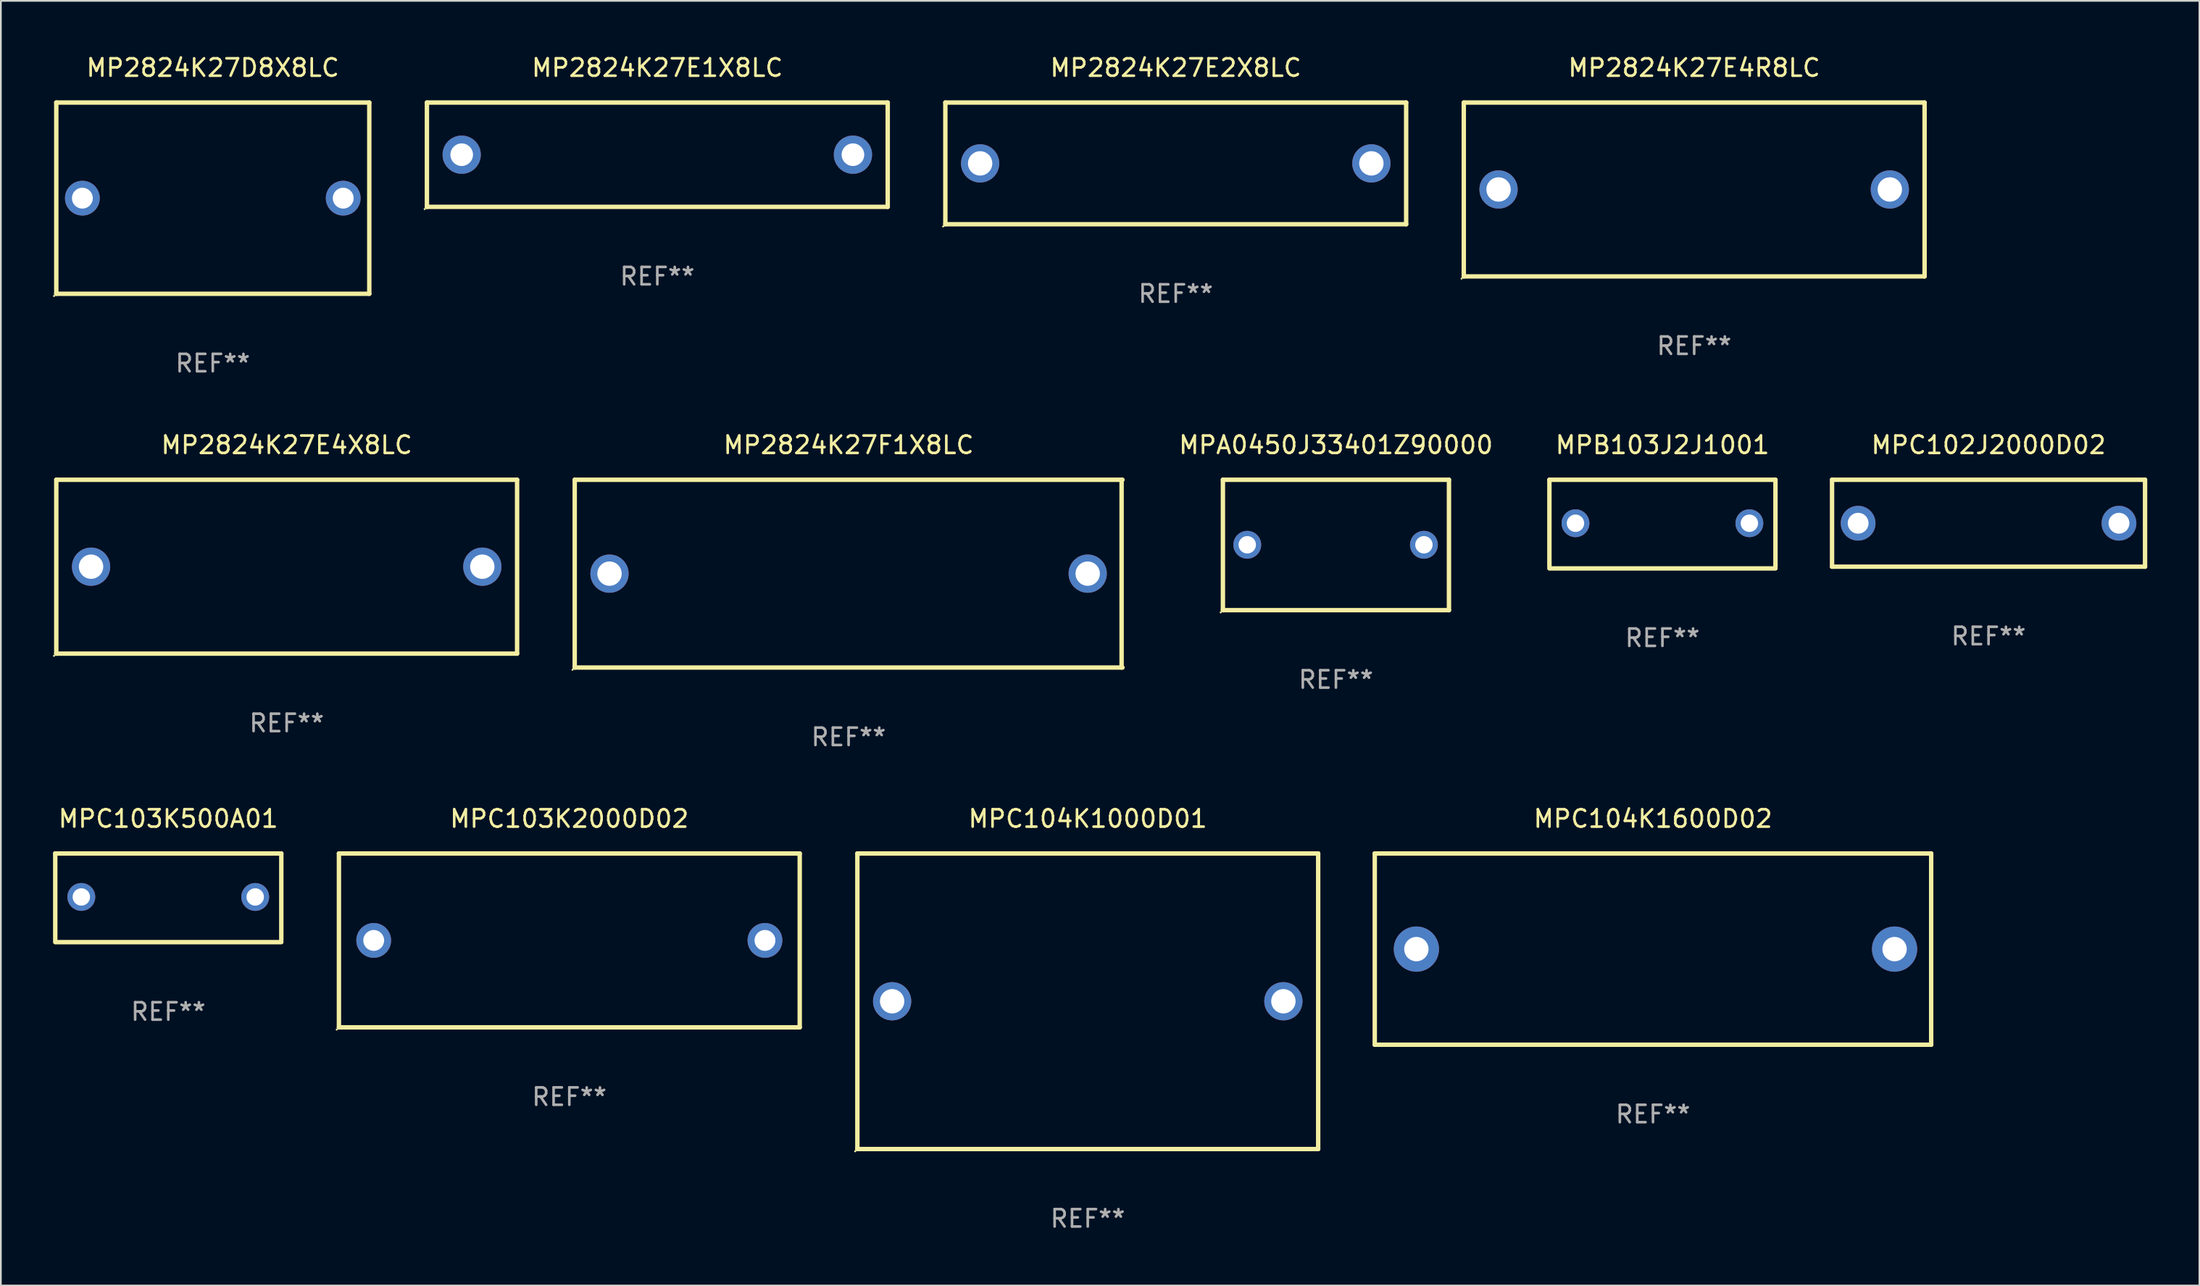
<source format=kicad_pcb>
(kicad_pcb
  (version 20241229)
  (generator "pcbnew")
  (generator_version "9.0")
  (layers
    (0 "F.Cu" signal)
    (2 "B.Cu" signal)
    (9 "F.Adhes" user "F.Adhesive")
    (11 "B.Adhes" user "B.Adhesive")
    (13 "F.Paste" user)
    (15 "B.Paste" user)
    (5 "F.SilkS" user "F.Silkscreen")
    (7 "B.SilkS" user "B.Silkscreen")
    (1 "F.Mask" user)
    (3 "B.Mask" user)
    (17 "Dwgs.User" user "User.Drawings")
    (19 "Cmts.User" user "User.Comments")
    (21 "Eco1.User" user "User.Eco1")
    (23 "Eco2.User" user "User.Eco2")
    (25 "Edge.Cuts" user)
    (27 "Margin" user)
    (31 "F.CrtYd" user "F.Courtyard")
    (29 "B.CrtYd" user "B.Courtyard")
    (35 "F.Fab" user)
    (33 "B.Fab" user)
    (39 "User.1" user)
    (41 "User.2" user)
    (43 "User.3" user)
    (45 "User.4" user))
  (footprint "MP2824K27E4X8LC"
    (layer "F.Cu")
    (at 13.437 29.545)
    (property "Reference" "MP2824K27E4X8LC" (at 0 -7 0) (layer "F.SilkS") (effects (font (size 1 1) (thickness 0.15))))
    (attr through_hole)
    (fp_line (start -13.25 -5) (end 13.25 -5) (stroke (width 0.254) (type solid)) (layer "F.SilkS"))
    (fp_line (start -13.25 5) (end -13.25 -5) (stroke (width 0.254) (type solid)) (layer "F.SilkS"))
    (fp_line (start 13.25 -5) (end 13.25 5) (stroke (width 0.254) (type solid)) (layer "F.SilkS"))
    (fp_line (start 13.25 5) (end -13.25 5) (stroke (width 0.254) (type solid)) (layer "F.SilkS"))
    (fp_circle (center -13.377 5.127) (end -13.347 5.127) (stroke (width 0.06) (type solid)) (fill no) (layer "F.SilkS"))
    (fp_text user "REF**" (at 0 9 0) (layer "F.Fab") (effects (font (size 1 1) (thickness 0.15))))
    (pad "1" thru_hole circle (at -11.25 0) (size 2.2 2.2) (drill 1.4) (layers "*.Cu" "*.Mask"))
    (pad "2" thru_hole circle (at 11.25 0) (size 2.2 2.2) (drill 1.4) (layers "*.Cu" "*.Mask")))
  (footprint "MPC104K1000D01"
    (layer "F.Cu")
    (at 59.505 54.541)
    (property "Reference" "MPC104K1000D01" (at 0 -10.5 0) (layer "F.SilkS") (effects (font (size 1 1) (thickness 0.15))))
    (attr through_hole)
    (fp_line (start -13.25 -8.5) (end -13.25 8.5) (stroke (width 0.254) (type solid)) (layer "F.SilkS"))
    (fp_line (start -13.25 -8.5) (end 13.25 -8.5) (stroke (width 0.254) (type solid)) (layer "F.SilkS"))
    (fp_line (start 13.25 -8.5) (end 13.25 8.5) (stroke (width 0.254) (type solid)) (layer "F.SilkS"))
    (fp_line (start 13.25 8.5) (end -13.25 8.5) (stroke (width 0.254) (type solid)) (layer "F.SilkS"))
    (fp_circle (center -13.377 8.627) (end -13.347 8.627) (stroke (width 0.06) (type solid)) (fill no) (layer "F.SilkS"))
    (fp_text user "REF**" (at 0 12.5 0) (layer "F.Fab") (effects (font (size 1 1) (thickness 0.15))))
    (pad "1" thru_hole circle (at -11.25 0) (size 2.2 2.2) (drill 1.4) (layers "*.Cu" "*.Mask"))
    (pad "2" thru_hole circle (at 11.25 0) (size 2.2 2.2) (drill 1.4) (layers "*.Cu" "*.Mask")))
  (footprint "MP2824K27D8X8LC"
    (layer "F.Cu")
    (at 9.187 8.348)
    (property "Reference" "MP2824K27D8X8LC" (at 0 -7.5 0) (layer "F.SilkS") (effects (font (size 1 1) (thickness 0.15))))
    (attr through_hole)
    (fp_line (start -9 -5.5) (end 9 -5.5) (stroke (width 0.254) (type solid)) (layer "F.SilkS"))
    (fp_line (start -9 5.5) (end -9 -5.5) (stroke (width 0.254) (type solid)) (layer "F.SilkS"))
    (fp_line (start 9 -5.5) (end 9 5.5) (stroke (width 0.254) (type solid)) (layer "F.SilkS"))
    (fp_line (start 9 5.5) (end -9 5.5) (stroke (width 0.254) (type solid)) (layer "F.SilkS"))
    (fp_circle (center -9.127 5.627) (end -9.097 5.627) (stroke (width 0.06) (type solid)) (fill no) (layer "F.SilkS"))
    (fp_text user "REF**" (at 0 9.5 0) (layer "F.Fab") (effects (font (size 1 1) (thickness 0.15))))
    (pad "1" thru_hole circle (at -7.5 0) (size 2 2) (drill 1.2) (layers "*.Cu" "*.Mask"))
    (pad "2" thru_hole circle (at 7.5 0) (size 2 2) (drill 1.2) (layers "*.Cu" "*.Mask")))
  (footprint "MP2824K27E4R8LC"
    (layer "F.Cu")
    (at 94.379 7.848)
    (property "Reference" "MP2824K27E4R8LC" (at 0 -7 0) (layer "F.SilkS") (effects (font (size 1 1) (thickness 0.15))))
    (attr through_hole)
    (fp_line (start -13.25 -5) (end 13.25 -5) (stroke (width 0.254) (type solid)) (layer "F.SilkS"))
    (fp_line (start -13.25 5) (end -13.25 -5) (stroke (width 0.254) (type solid)) (layer "F.SilkS"))
    (fp_line (start 13.25 -5) (end 13.25 5) (stroke (width 0.254) (type solid)) (layer "F.SilkS"))
    (fp_line (start 13.25 5) (end -13.25 5) (stroke (width 0.254) (type solid)) (layer "F.SilkS"))
    (fp_circle (center -13.377 5.127) (end -13.347 5.127) (stroke (width 0.06) (type solid)) (fill no) (layer "F.SilkS"))
    (fp_text user "REF**" (at 0 9 0) (layer "F.Fab") (effects (font (size 1 1) (thickness 0.15))))
    (pad "1" thru_hole circle (at -11.25 0) (size 2.2 2.2) (drill 1.4) (layers "*.Cu" "*.Mask"))
    (pad "2" thru_hole circle (at 11.25 0) (size 2.2 2.2) (drill 1.4) (layers "*.Cu" "*.Mask")))
  (footprint "MP2824K27F1X8LC"
    (layer "F.Cu")
    (at 45.751 29.945)
    (property "Reference" "MP2824K27F1X8LC" (at 0 -7.4 0) (layer "F.SilkS") (effects (font (size 1 1) (thickness 0.15))))
    (attr through_hole)
    (fp_line (start -15.75 -5.4) (end 15.75 -5.4) (stroke (width 0.254) (type solid)) (layer "F.SilkS"))
    (fp_line (start -15.75 5.4) (end -15.75 -5.4) (stroke (width 0.254) (type solid)) (layer "F.SilkS"))
    (fp_line (start 15.7 -5.4) (end 15.7 5.4) (stroke (width 0.254) (type solid)) (layer "F.SilkS"))
    (fp_line (start 15.75 5.4) (end -15.75 5.4) (stroke (width 0.254) (type solid)) (layer "F.SilkS"))
    (fp_circle (center -15.877 5.527) (end -15.847 5.527) (stroke (width 0.06) (type solid)) (fill no) (layer "F.SilkS"))
    (fp_text user "REF**" (at 0 9.4 0) (layer "F.Fab") (effects (font (size 1 1) (thickness 0.15))))
    (pad "1" thru_hole circle (at -13.75 0) (size 2.2 2.2) (drill 1.4) (layers "*.Cu" "*.Mask"))
    (pad "2" thru_hole circle (at 13.75 0) (size 2.2 2.2) (drill 1.4) (layers "*.Cu" "*.Mask")))
  (footprint "MPB103J2J1001"
    (layer "F.Cu")
    (at 92.553 27.095)
    (property "Reference" "MPB103J2J1001" (at 0 -4.55 0) (layer "F.SilkS") (effects (font (size 1 1) (thickness 0.15))))
    (attr through_hole)
    (fp_line (start -6.5 -2.55) (end 6.5 -2.55) (stroke (width 0.254) (type solid)) (layer "F.SilkS"))
    (fp_line (start -6.5 2.45) (end -6.5 -2.55) (stroke (width 0.254) (type solid)) (layer "F.SilkS"))
    (fp_line (start 6.5 -2.55) (end 6.5 2.45) (stroke (width 0.254) (type solid)) (layer "F.SilkS"))
    (fp_line (start 6.5 2.55) (end -6.5 2.55) (stroke (width 0.254) (type solid)) (layer "F.SilkS"))
    (fp_circle (center -6.5 2.45) (end -6.47 2.45) (stroke (width 0.06) (type solid)) (fill no) (layer "F.SilkS"))
    (fp_text user "REF**" (at 0 6.55 0) (layer "F.Fab") (effects (font (size 1 1) (thickness 0.15))))
    (pad "1" thru_hole circle (at -5 -0.05) (size 1.6 1.6) (drill 1) (layers "*.Cu" "*.Mask"))
    (pad "2" thru_hole circle (at 5 -0.05) (size 1.6 1.6) (drill 1) (layers "*.Cu" "*.Mask")))
  (footprint "MPC102J2000D02"
    (layer "F.Cu")
    (at 111.307 27.045)
    (property "Reference" "MPC102J2000D02" (at 0 -4.5 0) (layer "F.SilkS") (effects (font (size 1 1) (thickness 0.15))))
    (attr through_hole)
    (fp_line (start -9 -2.5) (end 9 -2.5) (stroke (width 0.254) (type solid)) (layer "F.SilkS"))
    (fp_line (start -9 2.5) (end -9 -2.5) (stroke (width 0.254) (type solid)) (layer "F.SilkS"))
    (fp_line (start 9 -2.5) (end 9 2.5) (stroke (width 0.254) (type solid)) (layer "F.SilkS"))
    (fp_line (start 9 2.5) (end -9 2.5) (stroke (width 0.254) (type solid)) (layer "F.SilkS"))
    (fp_circle (center -9 2.5) (end -8.97 2.5) (stroke (width 0.06) (type solid)) (fill no) (layer "F.SilkS"))
    (fp_text user "REF**" (at 0 6.5 0) (layer "F.Fab") (effects (font (size 1 1) (thickness 0.15))))
    (pad "1" thru_hole circle (at -7.5 -0.000127) (size 2 2) (drill 1.2) (layers "*.Cu" "*.Mask"))
    (pad "2" thru_hole circle (at 7.5 -0.000127) (size 2 2) (drill 1.2) (layers "*.Cu" "*.Mask")))
  (footprint "MPC103K500A01"
    (layer "F.Cu")
    (at 6.627 48.591)
    (property "Reference" "MPC103K500A01" (at 0 -4.55 0) (layer "F.SilkS") (effects (font (size 1 1) (thickness 0.15))))
    (attr through_hole)
    (fp_line (start -6.5 -2.55) (end 6.5 -2.55) (stroke (width 0.254) (type solid)) (layer "F.SilkS"))
    (fp_line (start -6.5 2.45) (end -6.5 -2.55) (stroke (width 0.254) (type solid)) (layer "F.SilkS"))
    (fp_line (start 6.5 -2.55) (end 6.5 2.45) (stroke (width 0.254) (type solid)) (layer "F.SilkS"))
    (fp_line (start 6.5 2.55) (end -6.5 2.55) (stroke (width 0.254) (type solid)) (layer "F.SilkS"))
    (fp_circle (center -6.5 2.45) (end -6.47 2.45) (stroke (width 0.06) (type solid)) (fill no) (layer "F.SilkS"))
    (fp_text user "REF**" (at 0 6.55 0) (layer "F.Fab") (effects (font (size 1 1) (thickness 0.15))))
    (pad "1" thru_hole circle (at -5 -0.05) (size 1.6 1.6) (drill 1) (layers "*.Cu" "*.Mask"))
    (pad "2" thru_hole circle (at 5 -0.05) (size 1.6 1.6) (drill 1) (layers "*.Cu" "*.Mask")))
  (footprint "MP2824K27E1X8LC"
    (layer "F.Cu")
    (at 34.751 5.848)
    (property "Reference" "MP2824K27E1X8LC" (at 0 -5 0) (layer "F.SilkS") (effects (font (size 1 1) (thickness 0.15))))
    (attr through_hole)
    (fp_line (start -13.25 -3) (end 13.25 -3) (stroke (width 0.254) (type solid)) (layer "F.SilkS"))
    (fp_line (start -13.25 3) (end -13.25 -3) (stroke (width 0.254) (type solid)) (layer "F.SilkS"))
    (fp_line (start 13.25 -3) (end 13.25 3) (stroke (width 0.254) (type solid)) (layer "F.SilkS"))
    (fp_line (start 13.25 3) (end -13.25 3) (stroke (width 0.254) (type solid)) (layer "F.SilkS"))
    (fp_circle (center -13.377 3.127) (end -13.347 3.127) (stroke (width 0.06) (type solid)) (fill no) (layer "F.SilkS"))
    (fp_text user "REF**" (at 0 7 0) (layer "F.Fab") (effects (font (size 1 1) (thickness 0.15))))
    (pad "1" thru_hole circle (at -11.25 0) (size 2.2 2.2) (drill 1.3) (layers "*.Cu" "*.Mask"))
    (pad "2" thru_hole circle (at 11.25 0) (size 2.2 2.2) (drill 1.3) (layers "*.Cu" "*.Mask")))
  (footprint "MP2824K27E2X8LC"
    (layer "F.Cu")
    (at 64.565 6.348)
    (property "Reference" "MP2824K27E2X8LC" (at 0 -5.5 0) (layer "F.SilkS") (effects (font (size 1 1) (thickness 0.15))))
    (attr through_hole)
    (fp_line (start -13.25 -3.5) (end 13.25 -3.5) (stroke (width 0.254) (type solid)) (layer "F.SilkS"))
    (fp_line (start -13.25 3.5) (end -13.25 -3.5) (stroke (width 0.254) (type solid)) (layer "F.SilkS"))
    (fp_line (start 13.25 -3.5) (end 13.25 3.5) (stroke (width 0.254) (type solid)) (layer "F.SilkS"))
    (fp_line (start 13.25 3.5) (end -13.25 3.5) (stroke (width 0.254) (type solid)) (layer "F.SilkS"))
    (fp_circle (center -13.377 3.627) (end -13.347 3.627) (stroke (width 0.06) (type solid)) (fill no) (layer "F.SilkS"))
    (fp_text user "REF**" (at 0 7.5 0) (layer "F.Fab") (effects (font (size 1 1) (thickness 0.15))))
    (pad "1" thru_hole circle (at -11.25 0) (size 2.2 2.2) (drill 1.4) (layers "*.Cu" "*.Mask"))
    (pad "2" thru_hole circle (at 11.25 0) (size 2.2 2.2) (drill 1.4) (layers "*.Cu" "*.Mask")))
  (footprint "MPC103K2000D02"
    (layer "F.Cu")
    (at 29.691 51.041)
    (property "Reference" "MPC103K2000D02" (at 0 -7 0) (layer "F.SilkS") (effects (font (size 1 1) (thickness 0.15))))
    (attr through_hole)
    (fp_line (start -13.25 -5) (end 13.25 -5) (stroke (width 0.254) (type solid)) (layer "F.SilkS"))
    (fp_line (start -13.25 5) (end -13.25 -5) (stroke (width 0.254) (type solid)) (layer "F.SilkS"))
    (fp_line (start 13.25 -5) (end 13.25 5) (stroke (width 0.254) (type solid)) (layer "F.SilkS"))
    (fp_line (start 13.25 5) (end -13.25 5) (stroke (width 0.254) (type solid)) (layer "F.SilkS"))
    (fp_circle (center -13.377 5.127) (end -13.347 5.127) (stroke (width 0.06) (type solid)) (fill no) (layer "F.SilkS"))
    (fp_text user "REF**" (at 0 9 0) (layer "F.Fab") (effects (font (size 1 1) (thickness 0.15))))
    (pad "1" thru_hole circle (at -11.25 0) (size 2 2) (drill 1.2) (layers "*.Cu" "*.Mask"))
    (pad "2" thru_hole circle (at 11.25 0) (size 2 2) (drill 1.2) (layers "*.Cu" "*.Mask")))
  (footprint "MPA0450J33401Z90000"
    (layer "F.Cu")
    (at 73.777 28.295)
    (property "Reference" "MPA0450J33401Z90000" (at 0 -5.75 0) (layer "F.SilkS") (effects (font (size 1 1) (thickness 0.15))))
    (attr through_hole)
    (fp_line (start -6.5 -3.75) (end 6.5 -3.75) (stroke (width 0.254) (type solid)) (layer "F.SilkS"))
    (fp_line (start -6.5 3.75) (end -6.5 -3.75) (stroke (width 0.254) (type solid)) (layer "F.SilkS"))
    (fp_line (start 6.5 -3.75) (end 6.5 3.75) (stroke (width 0.254) (type solid)) (layer "F.SilkS"))
    (fp_line (start 6.5 3.75) (end -6.5 3.75) (stroke (width 0.254) (type solid)) (layer "F.SilkS"))
    (fp_circle (center -6.627 3.877) (end -6.597 3.877) (stroke (width 0.06) (type solid)) (fill no) (layer "F.SilkS"))
    (fp_text user "REF**" (at 0 7.75 0) (layer "F.Fab") (effects (font (size 1 1) (thickness 0.15))))
    (pad "1" thru_hole circle (at -5.1 -0.01) (size 1.6 1.6) (drill 1) (layers "*.Cu" "*.Mask"))
    (pad "2" thru_hole circle (at 5.06 -0.01) (size 1.6 1.6) (drill 1) (layers "*.Cu" "*.Mask")))
  (footprint "MPC104K1600D02"
    (layer "F.Cu")
    (at 92.009 51.541)
    (property "Reference" "MPC104K1600D02" (at 0 -7.5 0) (layer "F.SilkS") (effects (font (size 1 1) (thickness 0.15))))
    (attr through_hole)
    (fp_line (start -15.999 -5.5) (end -15.999 5.5) (stroke (width 0.254) (type solid)) (layer "F.SilkS"))
    (fp_line (start -15.999 -5.5) (end 15.999 -5.5) (stroke (width 0.254) (type solid)) (layer "F.SilkS"))
    (fp_line (start 15.999 -5.5) (end 15.999 5.5) (stroke (width 0.254) (type solid)) (layer "F.SilkS"))
    (fp_line (start 15.999 5.5) (end -15.999 5.5) (stroke (width 0.254) (type solid)) (layer "F.SilkS"))
    (fp_circle (center -16.008 5.5) (end -15.978 5.5) (stroke (width 0.06) (type solid)) (fill no) (layer "F.SilkS"))
    (fp_text user "REF**" (at 0 9.5 0) (layer "F.Fab") (effects (font (size 1 1) (thickness 0.15))))
    (pad "1" thru_hole circle (at -13.606 0) (size 2.6 2.6) (drill 1.4) (layers "*.Cu" "*.Mask"))
    (pad "2" thru_hole circle (at 13.894 0) (size 2.6 2.6) (drill 1.4) (layers "*.Cu" "*.Mask")))
  (gr_rect
    (start -3 -3)
    (end 123.434 70.89)
    (stroke (width 0.1) (type default))
    (fill no)
    (layer "Edge.Cuts")))
</source>
